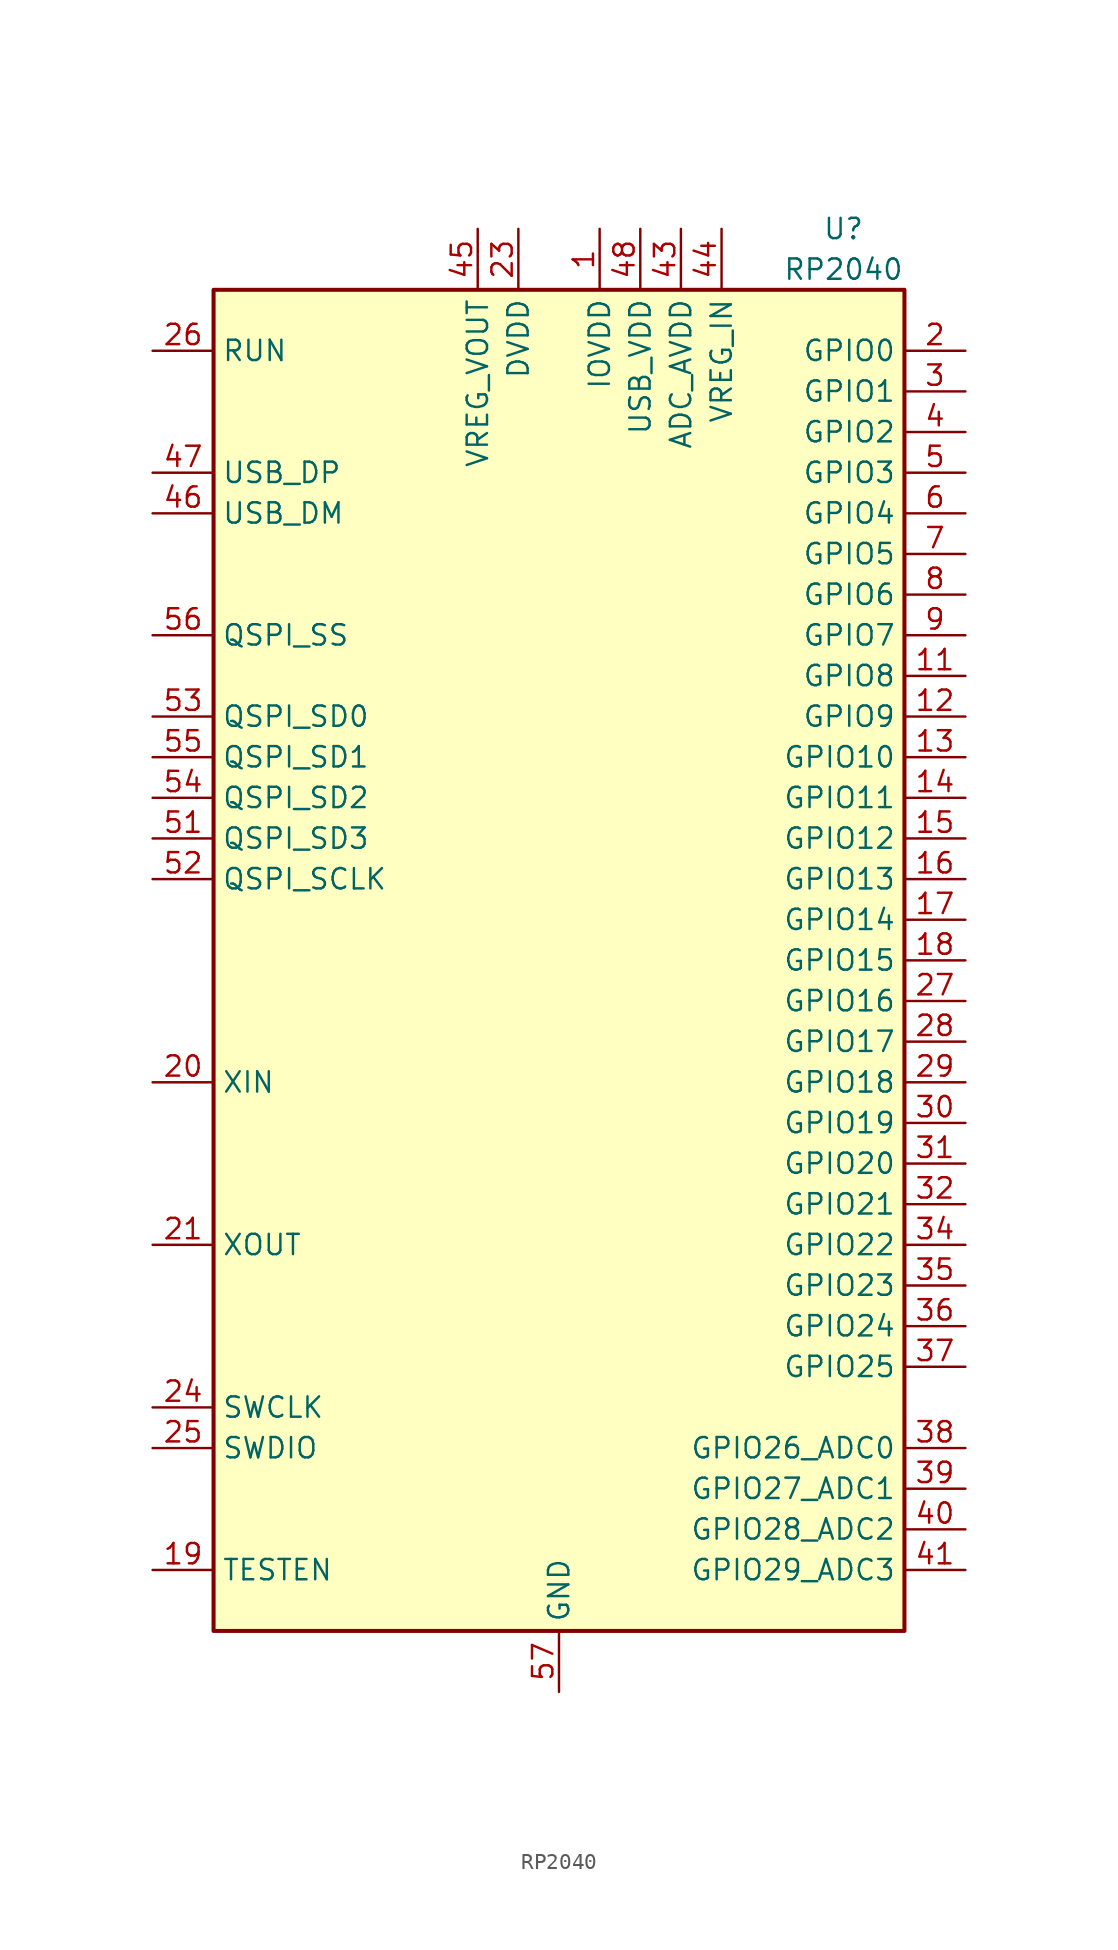
<source format=kicad_sym>
(kicad_symbol_lib
  (version 20241209)
  (generator "kicad_symbol_editor")
  (generator_version "9.0")
  (symbol "RP2040"
    (property "Reference" "U"
      (at 17.78 45.72 0)
      (effects (font (size 1.27 1.27))))
    (property "Value" "RP2040"
      (at 17.78 43.18 0)
      (effects (font (size 1.27 1.27))))
    (symbol "RP2040_0_1"
      (rectangle (start -21.59 41.91) (end 21.59 -41.91) (stroke (width 0.254) (type default)) (fill (type background))))
    (symbol "RP2040_1_1"
      (pin input line (at -25.4 38.1 0) (length 3.81) (name "RUN" (effects (font (size 1.27 1.27)))) (number "26" (effects (font (size 1.27 1.27)))))
      (pin bidirectional line (at -25.4 30.48 0) (length 3.81) (name "USB_DP" (effects (font (size 1.27 1.27)))) (number "47" (effects (font (size 1.27 1.27)))))
      (pin bidirectional line (at -25.4 27.94 0) (length 3.81) (name "USB_DM" (effects (font (size 1.27 1.27)))) (number "46" (effects (font (size 1.27 1.27)))))
      (pin bidirectional line (at -25.4 20.32 0) (length 3.81) (name "QSPI_SS" (effects (font (size 1.27 1.27)))) (number "56" (effects (font (size 1.27 1.27)))))
      (pin bidirectional line (at -25.4 15.24 0) (length 3.81) (name "QSPI_SD0" (effects (font (size 1.27 1.27)))) (number "53" (effects (font (size 1.27 1.27)))))
      (pin bidirectional line (at -25.4 12.7 0) (length 3.81) (name "QSPI_SD1" (effects (font (size 1.27 1.27)))) (number "55" (effects (font (size 1.27 1.27)))))
      (pin bidirectional line (at -25.4 10.16 0) (length 3.81) (name "QSPI_SD2" (effects (font (size 1.27 1.27)))) (number "54" (effects (font (size 1.27 1.27)))))
      (pin bidirectional line (at -25.4 7.62 0) (length 3.81) (name "QSPI_SD3" (effects (font (size 1.27 1.27)))) (number "51" (effects (font (size 1.27 1.27)))))
      (pin output line (at -25.4 5.08 0) (length 3.81) (name "QSPI_SCLK" (effects (font (size 1.27 1.27)))) (number "52" (effects (font (size 1.27 1.27)))))
      (pin input line (at -25.4 -7.62 0) (length 3.81) (name "XIN" (effects (font (size 1.27 1.27)))) (number "20" (effects (font (size 1.27 1.27)))))
      (pin passive line (at -25.4 -17.78 0) (length 3.81) (name "XOUT" (effects (font (size 1.27 1.27)))) (number "21" (effects (font (size 1.27 1.27)))))
      (pin input line (at -25.4 -27.94 0) (length 3.81) (name "SWCLK" (effects (font (size 1.27 1.27)))) (number "24" (effects (font (size 1.27 1.27)))))
      (pin bidirectional line (at -25.4 -30.48 0) (length 3.81) (name "SWDIO" (effects (font (size 1.27 1.27)))) (number "25" (effects (font (size 1.27 1.27)))))
      (pin input line (at -25.4 -38.1 0) (length 3.81) (name "TESTEN" (effects (font (size 1.27 1.27)))) (number "19" (effects (font (size 1.27 1.27)))))
      (pin power_out line (at -5.08 45.72 270) (length 3.81) (name "VREG_VOUT" (effects (font (size 1.27 1.27)))) (number "45" (effects (font (size 1.27 1.27)))))
      (pin power_in line (at -2.54 45.72 270) (length 3.81) (name "DVDD" (effects (font (size 1.27 1.27)))) (number "23" (effects (font (size 1.27 1.27)))))
      (pin passive line (at -2.54 45.72 270) (length 3.81) (hide yes) (name "DVDD" (effects (font (size 1.27 1.27)))) (number "50" (effects (font (size 1.27 1.27)))))
      (pin power_in line (at 0 -45.72 90) (length 3.81) (name "GND" (effects (font (size 1.27 1.27)))) (number "57" (effects (font (size 1.27 1.27)))))
      (pin power_in line (at 2.54 45.72 270) (length 3.81) (name "IOVDD" (effects (font (size 1.27 1.27)))) (number "1" (effects (font (size 1.27 1.27)))))
      (pin passive line (at 2.54 45.72 270) (length 3.81) (hide yes) (name "IOVDD" (effects (font (size 1.27 1.27)))) (number "10" (effects (font (size 1.27 1.27)))))
      (pin passive line (at 2.54 45.72 270) (length 3.81) (hide yes) (name "IOVDD" (effects (font (size 1.27 1.27)))) (number "22" (effects (font (size 1.27 1.27)))))
      (pin passive line (at 2.54 45.72 270) (length 3.81) (hide yes) (name "IOVDD" (effects (font (size 1.27 1.27)))) (number "33" (effects (font (size 1.27 1.27)))))
      (pin passive line (at 2.54 45.72 270) (length 3.81) (hide yes) (name "IOVDD" (effects (font (size 1.27 1.27)))) (number "42" (effects (font (size 1.27 1.27)))))
      (pin passive line (at 2.54 45.72 270) (length 3.81) (hide yes) (name "IOVDD" (effects (font (size 1.27 1.27)))) (number "49" (effects (font (size 1.27 1.27)))))
      (pin power_in line (at 5.08 45.72 270) (length 3.81) (name "USB_VDD" (effects (font (size 1.27 1.27)))) (number "48" (effects (font (size 1.27 1.27)))))
      (pin power_in line (at 7.62 45.72 270) (length 3.81) (name "ADC_AVDD" (effects (font (size 1.27 1.27)))) (number "43" (effects (font (size 1.27 1.27)))))
      (pin power_in line (at 10.16 45.72 270) (length 3.81) (name "VREG_IN" (effects (font (size 1.27 1.27)))) (number "44" (effects (font (size 1.27 1.27)))))
      (pin bidirectional line (at 25.4 38.1 180) (length 3.81) (name "GPIO0" (effects (font (size 1.27 1.27)))) (number "2" (effects (font (size 1.27 1.27)))))
      (pin bidirectional line (at 25.4 35.56 180) (length 3.81) (name "GPIO1" (effects (font (size 1.27 1.27)))) (number "3" (effects (font (size 1.27 1.27)))))
      (pin bidirectional line (at 25.4 33.02 180) (length 3.81) (name "GPIO2" (effects (font (size 1.27 1.27)))) (number "4" (effects (font (size 1.27 1.27)))))
      (pin bidirectional line (at 25.4 30.48 180) (length 3.81) (name "GPIO3" (effects (font (size 1.27 1.27)))) (number "5" (effects (font (size 1.27 1.27)))))
      (pin bidirectional line (at 25.4 27.94 180) (length 3.81) (name "GPIO4" (effects (font (size 1.27 1.27)))) (number "6" (effects (font (size 1.27 1.27)))))
      (pin bidirectional line (at 25.4 25.4 180) (length 3.81) (name "GPIO5" (effects (font (size 1.27 1.27)))) (number "7" (effects (font (size 1.27 1.27)))))
      (pin bidirectional line (at 25.4 22.86 180) (length 3.81) (name "GPIO6" (effects (font (size 1.27 1.27)))) (number "8" (effects (font (size 1.27 1.27)))))
      (pin bidirectional line (at 25.4 20.32 180) (length 3.81) (name "GPIO7" (effects (font (size 1.27 1.27)))) (number "9" (effects (font (size 1.27 1.27)))))
      (pin bidirectional line (at 25.4 17.78 180) (length 3.81) (name "GPIO8" (effects (font (size 1.27 1.27)))) (number "11" (effects (font (size 1.27 1.27)))))
      (pin bidirectional line (at 25.4 15.24 180) (length 3.81) (name "GPIO9" (effects (font (size 1.27 1.27)))) (number "12" (effects (font (size 1.27 1.27)))))
      (pin bidirectional line (at 25.4 12.7 180) (length 3.81) (name "GPIO10" (effects (font (size 1.27 1.27)))) (number "13" (effects (font (size 1.27 1.27)))))
      (pin bidirectional line (at 25.4 10.16 180) (length 3.81) (name "GPIO11" (effects (font (size 1.27 1.27)))) (number "14" (effects (font (size 1.27 1.27)))))
      (pin bidirectional line (at 25.4 7.62 180) (length 3.81) (name "GPIO12" (effects (font (size 1.27 1.27)))) (number "15" (effects (font (size 1.27 1.27)))))
      (pin bidirectional line (at 25.4 5.08 180) (length 3.81) (name "GPIO13" (effects (font (size 1.27 1.27)))) (number "16" (effects (font (size 1.27 1.27)))))
      (pin bidirectional line (at 25.4 2.54 180) (length 3.81) (name "GPIO14" (effects (font (size 1.27 1.27)))) (number "17" (effects (font (size 1.27 1.27)))))
      (pin bidirectional line (at 25.4 0 180) (length 3.81) (name "GPIO15" (effects (font (size 1.27 1.27)))) (number "18" (effects (font (size 1.27 1.27)))))
      (pin bidirectional line (at 25.4 -2.54 180) (length 3.81) (name "GPIO16" (effects (font (size 1.27 1.27)))) (number "27" (effects (font (size 1.27 1.27)))))
      (pin bidirectional line (at 25.4 -5.08 180) (length 3.81) (name "GPIO17" (effects (font (size 1.27 1.27)))) (number "28" (effects (font (size 1.27 1.27)))))
      (pin bidirectional line (at 25.4 -7.62 180) (length 3.81) (name "GPIO18" (effects (font (size 1.27 1.27)))) (number "29" (effects (font (size 1.27 1.27)))))
      (pin bidirectional line (at 25.4 -10.16 180) (length 3.81) (name "GPIO19" (effects (font (size 1.27 1.27)))) (number "30" (effects (font (size 1.27 1.27)))))
      (pin bidirectional line (at 25.4 -12.7 180) (length 3.81) (name "GPIO20" (effects (font (size 1.27 1.27)))) (number "31" (effects (font (size 1.27 1.27)))))
      (pin bidirectional line (at 25.4 -15.24 180) (length 3.81) (name "GPIO21" (effects (font (size 1.27 1.27)))) (number "32" (effects (font (size 1.27 1.27)))))
      (pin bidirectional line (at 25.4 -17.78 180) (length 3.81) (name "GPIO22" (effects (font (size 1.27 1.27)))) (number "34" (effects (font (size 1.27 1.27)))))
      (pin bidirectional line (at 25.4 -20.32 180) (length 3.81) (name "GPIO23" (effects (font (size 1.27 1.27)))) (number "35" (effects (font (size 1.27 1.27)))))
      (pin bidirectional line (at 25.4 -22.86 180) (length 3.81) (name "GPIO24" (effects (font (size 1.27 1.27)))) (number "36" (effects (font (size 1.27 1.27)))))
      (pin bidirectional line (at 25.4 -25.4 180) (length 3.81) (name "GPIO25" (effects (font (size 1.27 1.27)))) (number "37" (effects (font (size 1.27 1.27)))))
      (pin bidirectional line (at 25.4 -30.48 180) (length 3.81) (name "GPIO26_ADC0" (effects (font (size 1.27 1.27)))) (number "38" (effects (font (size 1.27 1.27)))))
      (pin bidirectional line (at 25.4 -33.02 180) (length 3.81) (name "GPIO27_ADC1" (effects (font (size 1.27 1.27)))) (number "39" (effects (font (size 1.27 1.27)))))
      (pin bidirectional line (at 25.4 -35.56 180) (length 3.81) (name "GPIO28_ADC2" (effects (font (size 1.27 1.27)))) (number "40" (effects (font (size 1.27 1.27)))))
      (pin bidirectional line (at 25.4 -38.1 180) (length 3.81) (name "GPIO29_ADC3" (effects (font (size 1.27 1.27)))) (number "41" (effects (font (size 1.27 1.27))))))))
</source>
